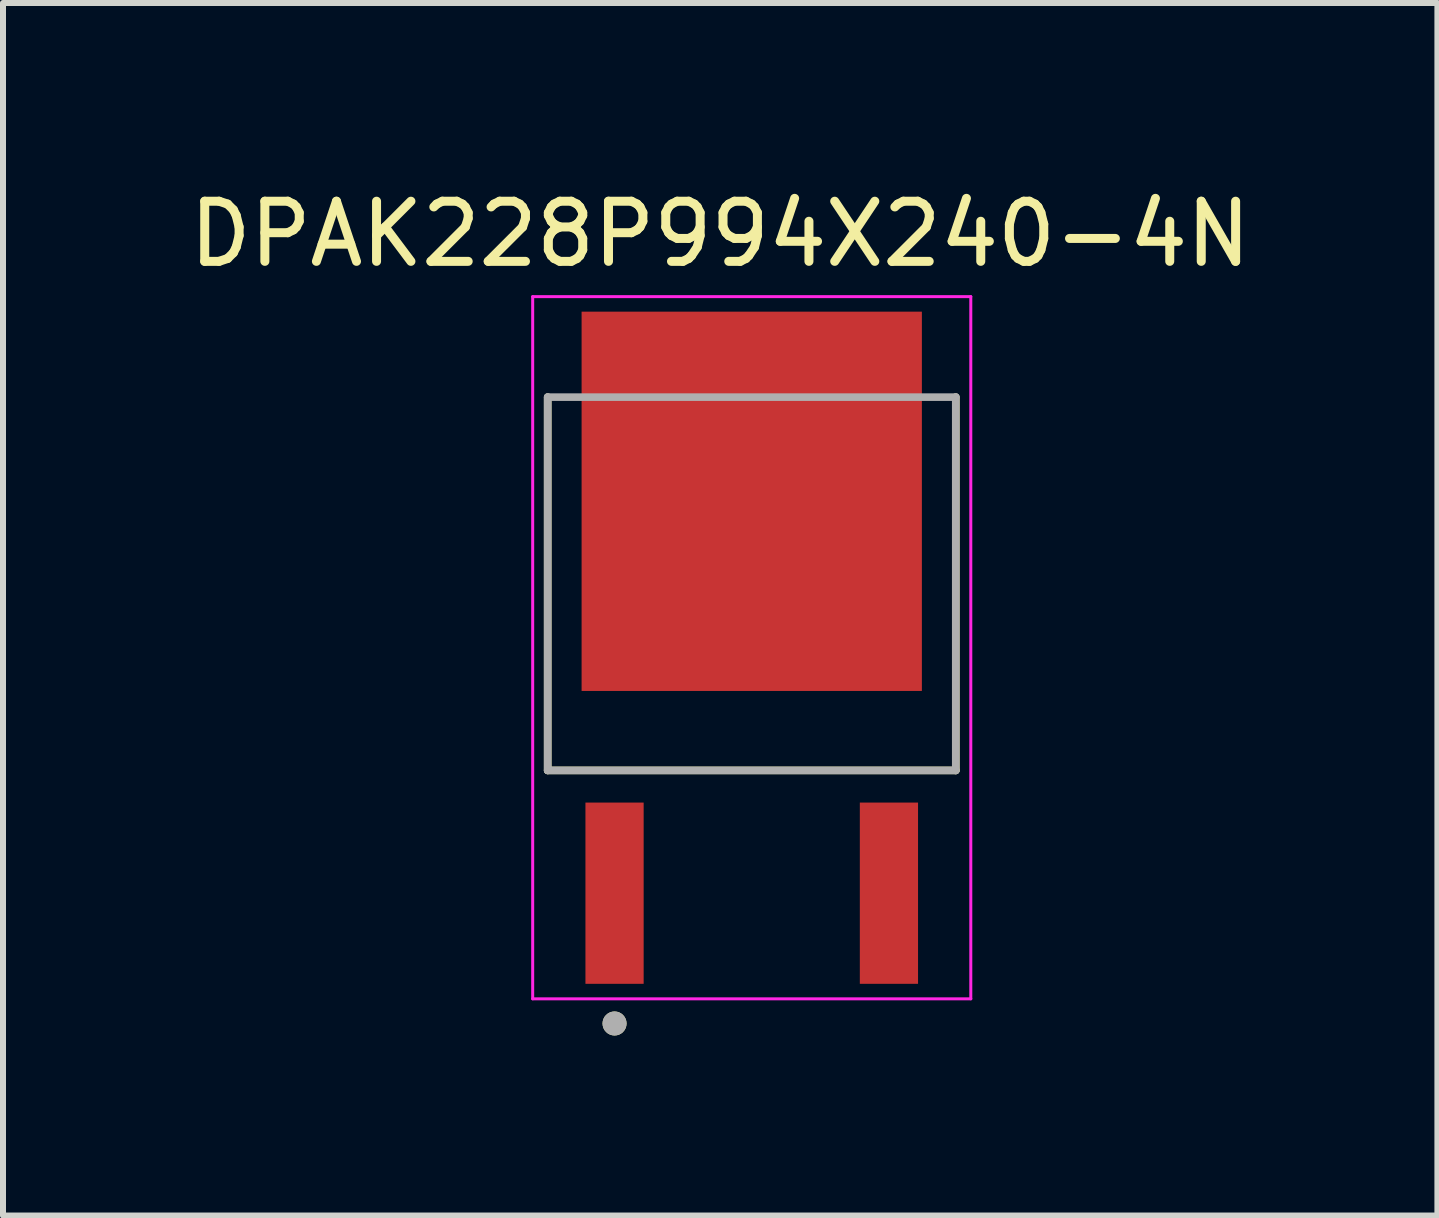
<source format=kicad_pcb>
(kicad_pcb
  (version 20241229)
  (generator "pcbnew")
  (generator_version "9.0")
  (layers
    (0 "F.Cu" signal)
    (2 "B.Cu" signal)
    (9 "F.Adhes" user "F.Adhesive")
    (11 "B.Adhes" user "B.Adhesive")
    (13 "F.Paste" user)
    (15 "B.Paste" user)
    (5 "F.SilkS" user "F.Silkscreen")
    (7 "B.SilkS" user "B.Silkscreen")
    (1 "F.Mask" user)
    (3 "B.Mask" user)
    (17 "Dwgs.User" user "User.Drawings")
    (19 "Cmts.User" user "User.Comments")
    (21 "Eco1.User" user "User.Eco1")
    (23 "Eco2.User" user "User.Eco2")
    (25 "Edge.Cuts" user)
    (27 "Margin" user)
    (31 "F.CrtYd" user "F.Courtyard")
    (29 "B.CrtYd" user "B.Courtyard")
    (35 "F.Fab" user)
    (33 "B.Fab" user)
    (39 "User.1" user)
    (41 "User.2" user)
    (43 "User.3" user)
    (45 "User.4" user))
  (footprint "DPAK228P994X240-4N"
    (layer "F.Cu")
    (at 9.476 7.743)
    (property "Reference" "DPAK228P994X240-4N" (at -0.526 -6.894 0) (layer "F.SilkS") (effects (font (size 1.002 1.002) (thickness 0.15))))
    (attr smd)
    (fp_line (start -3.4 -4.176) (end -3.4 2.044) (stroke (width 0.127) (type solid)) (layer "F.SilkS"))
    (fp_line (start 3.4 -4.176) (end 3.4 2.044) (stroke (width 0.127) (type solid)) (layer "F.SilkS"))
    (fp_line (start 3.4 2.044) (end -3.4 2.044) (stroke (width 0.127) (type solid)) (layer "F.SilkS"))
    (fp_circle (center -2.286 6.261) (end -2.186 6.261) (stroke (width 0.2) (type solid)) (fill no) (layer "F.SilkS"))
    (fp_poly (pts (xy -2.27 -5.23) (xy -0.55 -5.23) (xy -0.55 -3.87) (xy -2.27 -3.87)) (stroke (width 0.01) (type solid)) (fill yes) (layer "F.Paste"))
    (fp_poly (pts (xy -2.27 -3.12) (xy -0.55 -3.12) (xy -0.55 -1.76) (xy -2.27 -1.76)) (stroke (width 0.01) (type solid)) (fill yes) (layer "F.Paste"))
    (fp_poly (pts (xy -2.27 -1.01) (xy -0.55 -1.01) (xy -0.55 0.35) (xy -2.27 0.35)) (stroke (width 0.01) (type solid)) (fill yes) (layer "F.Paste"))
    (fp_poly (pts (xy 0.55 -5.23) (xy 2.27 -5.23) (xy 2.27 -3.87) (xy 0.55 -3.87)) (stroke (width 0.01) (type solid)) (fill yes) (layer "F.Paste"))
    (fp_poly (pts (xy 0.55 -3.12) (xy 2.27 -3.12) (xy 2.27 -1.76) (xy 0.55 -1.76)) (stroke (width 0.01) (type solid)) (fill yes) (layer "F.Paste"))
    (fp_poly (pts (xy 0.55 -1.01) (xy 2.27 -1.01) (xy 2.27 0.35) (xy 0.55 0.35)) (stroke (width 0.01) (type solid)) (fill yes) (layer "F.Paste"))
    (fp_line (start -3.65 -5.85) (end -3.65 5.85) (stroke (width 0.05) (type solid)) (layer "F.CrtYd"))
    (fp_line (start -3.65 5.85) (end 3.65 5.85) (stroke (width 0.05) (type solid)) (layer "F.CrtYd"))
    (fp_line (start 3.65 -5.85) (end -3.65 -5.85) (stroke (width 0.05) (type solid)) (layer "F.CrtYd"))
    (fp_line (start 3.65 5.85) (end 3.65 -5.85) (stroke (width 0.05) (type solid)) (layer "F.CrtYd"))
    (fp_line (start -3.4 -4.176) (end 3.4 -4.176) (stroke (width 0.127) (type solid)) (layer "F.Fab"))
    (fp_line (start -3.4 2.044) (end -3.4 -4.176) (stroke (width 0.127) (type solid)) (layer "F.Fab"))
    (fp_line (start 3.4 2.044) (end -3.4 2.044) (stroke (width 0.127) (type solid)) (layer "F.Fab"))
    (fp_line (start 3.4 2.044) (end 3.4 -4.176) (stroke (width 0.127) (type solid)) (layer "F.Fab"))
    (fp_circle (center -2.286 6.261) (end -2.186 6.261) (stroke (width 0.2) (type solid)) (fill no) (layer "F.Fab"))
    (pad "1" smd rect (at -2.286 4.09 270) (size 3.02 0.97) (layers "F.Cu" "F.Mask" "F.Paste"))
    (pad "3" smd rect (at 2.286 4.09 270) (size 3.02 0.97) (layers "F.Cu" "F.Mask" "F.Paste"))
    (pad "4" smd rect (at 0 -2.44 90) (size 6.32 5.67) (layers "F.Cu" "F.Mask")))
  (gr_rect
    (start -3 -3)
    (end 20.901 17.204)
    (stroke (width 0.1) (type default))
    (fill no)
    (layer "Edge.Cuts")))
</source>
